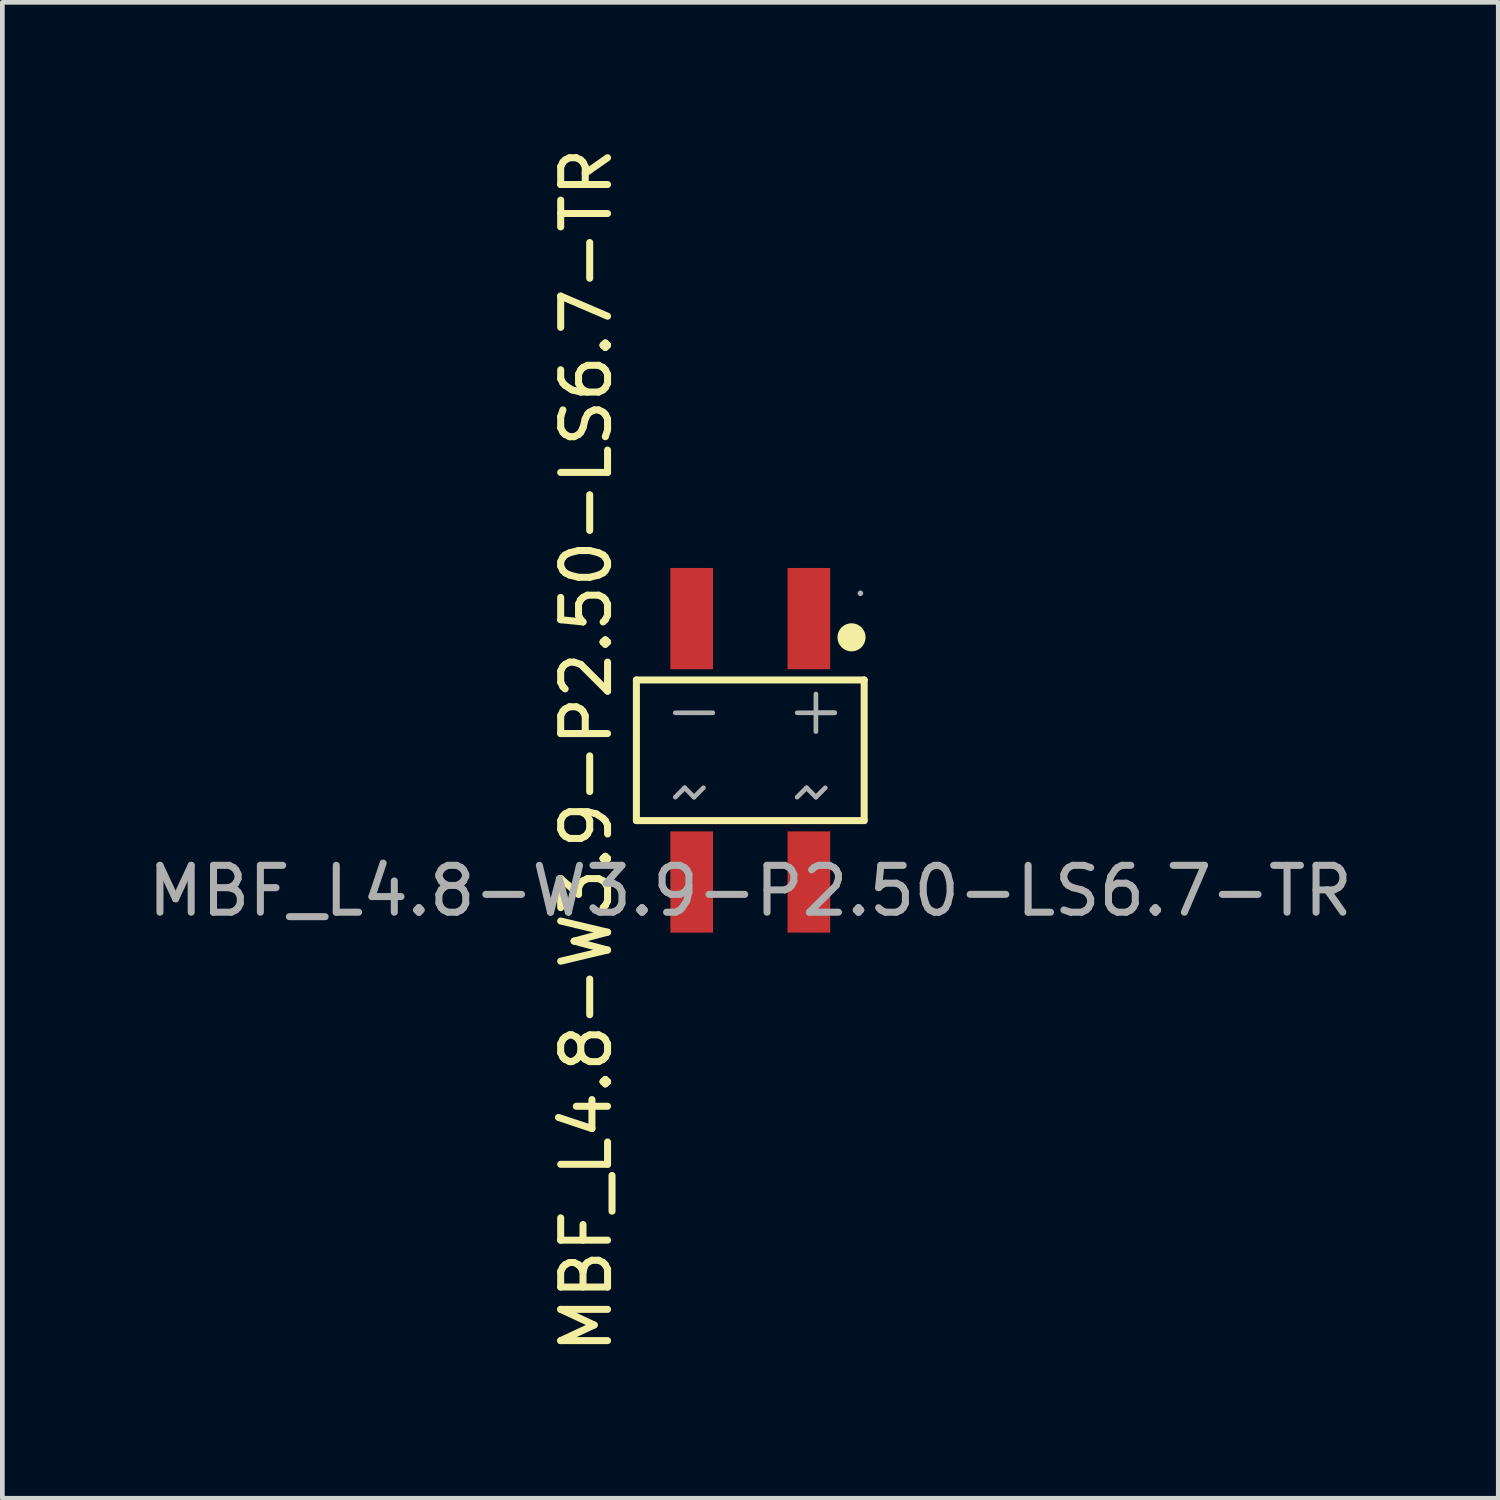
<source format=kicad_pcb>
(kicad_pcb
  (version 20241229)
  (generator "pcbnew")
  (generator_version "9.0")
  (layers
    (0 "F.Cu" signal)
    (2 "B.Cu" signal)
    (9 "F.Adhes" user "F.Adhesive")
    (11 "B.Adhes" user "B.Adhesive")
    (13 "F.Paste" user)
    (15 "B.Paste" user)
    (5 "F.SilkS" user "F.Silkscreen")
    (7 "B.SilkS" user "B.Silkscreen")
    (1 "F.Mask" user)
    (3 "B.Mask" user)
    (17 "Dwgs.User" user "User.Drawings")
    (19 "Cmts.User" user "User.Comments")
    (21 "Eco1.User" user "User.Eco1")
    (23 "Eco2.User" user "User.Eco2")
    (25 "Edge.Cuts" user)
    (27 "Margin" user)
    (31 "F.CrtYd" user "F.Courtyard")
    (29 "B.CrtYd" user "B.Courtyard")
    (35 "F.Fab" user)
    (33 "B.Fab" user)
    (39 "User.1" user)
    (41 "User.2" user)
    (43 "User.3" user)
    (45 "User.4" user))
  (footprint "MBF_L4.8-W3.9-P2.50-LS6.7-TR"
    (layer "F.Cu")
    (at 12.958 12.958)
    (property "Reference" "MBF_L4.8-W3.9-P2.50-LS6.7-TR" (at -3.5 0 90) (layer "F.SilkS") (effects (font (size 1 1) (thickness 0.15))))
    (attr smd)
    (fp_line (start -2.43 -1.5) (end 2.43 -1.5) (stroke (width 0.15) (type solid)) (layer "F.SilkS"))
    (fp_line (start -2.43 1.5) (end -2.43 -1.5) (stroke (width 0.15) (type solid)) (layer "F.SilkS"))
    (fp_line (start 2.43 -1.5) (end 2.43 1.5) (stroke (width 0.15) (type solid)) (layer "F.SilkS"))
    (fp_line (start 2.43 1.5) (end -2.43 1.5) (stroke (width 0.15) (type solid)) (layer "F.SilkS"))
    (fp_circle (center 2.16 -2.41) (end 2.31 -2.41) (stroke (width 0.3) (type solid)) (fill no) (layer "F.SilkS"))
    (fp_line (start -1.6 -0.8) (end -0.8 -0.8) (stroke (width 0.1) (type default)) (layer "F.Fab"))
    (fp_line (start -1.6 1) (end -1.4 0.8) (stroke (width 0.1) (type default)) (layer "F.Fab"))
    (fp_line (start -1.4 0.8) (end -1.2 1) (stroke (width 0.1) (type default)) (layer "F.Fab"))
    (fp_line (start -1.2 1) (end -1 0.8) (stroke (width 0.1) (type default)) (layer "F.Fab"))
    (fp_line (start 1 -0.8) (end 1.8 -0.8) (stroke (width 0.1) (type default)) (layer "F.Fab"))
    (fp_line (start 1 1) (end 1.2 0.8) (stroke (width 0.1) (type default)) (layer "F.Fab"))
    (fp_line (start 1.2 0.8) (end 1.4 1) (stroke (width 0.1) (type default)) (layer "F.Fab"))
    (fp_line (start 1.4 -1.2) (end 1.4 -0.4) (stroke (width 0.1) (type default)) (layer "F.Fab"))
    (fp_line (start 1.4 1) (end 1.6 0.8) (stroke (width 0.1) (type default)) (layer "F.Fab"))
    (fp_line (start 1.8 -0.8) (end 1.4 -0.8) (stroke (width 0.1) (type default)) (layer "F.Fab"))
    (fp_circle (center 2.35 -3.35) (end 2.38 -3.35) (stroke (width 0.06) (type solid)) (fill no) (layer "F.Fab"))
    (fp_text user "${REFERENCE}" (at 0 3 0) (layer "F.Fab") (effects (font (size 1 1) (thickness 0.15))))
    (pad "1" smd rect (at 1.25 -2.81) (size 0.91 2.16) (layers "F.Cu" "F.Mask" "F.Paste"))
    (pad "2" smd rect (at 1.25 2.81) (size 0.91 2.16) (layers "F.Cu" "F.Mask" "F.Paste"))
    (pad "3" smd rect (at -1.25 -2.81) (size 0.91 2.16) (layers "F.Cu" "F.Mask" "F.Paste"))
    (pad "4" smd rect (at -1.25 2.81) (size 0.91 2.16) (layers "F.Cu" "F.Mask" "F.Paste")))
  (gr_rect
    (start -3 -3)
    (end 28.917 28.917)
    (stroke (width 0.1) (type default))
    (fill no)
    (layer "Edge.Cuts")))
</source>
